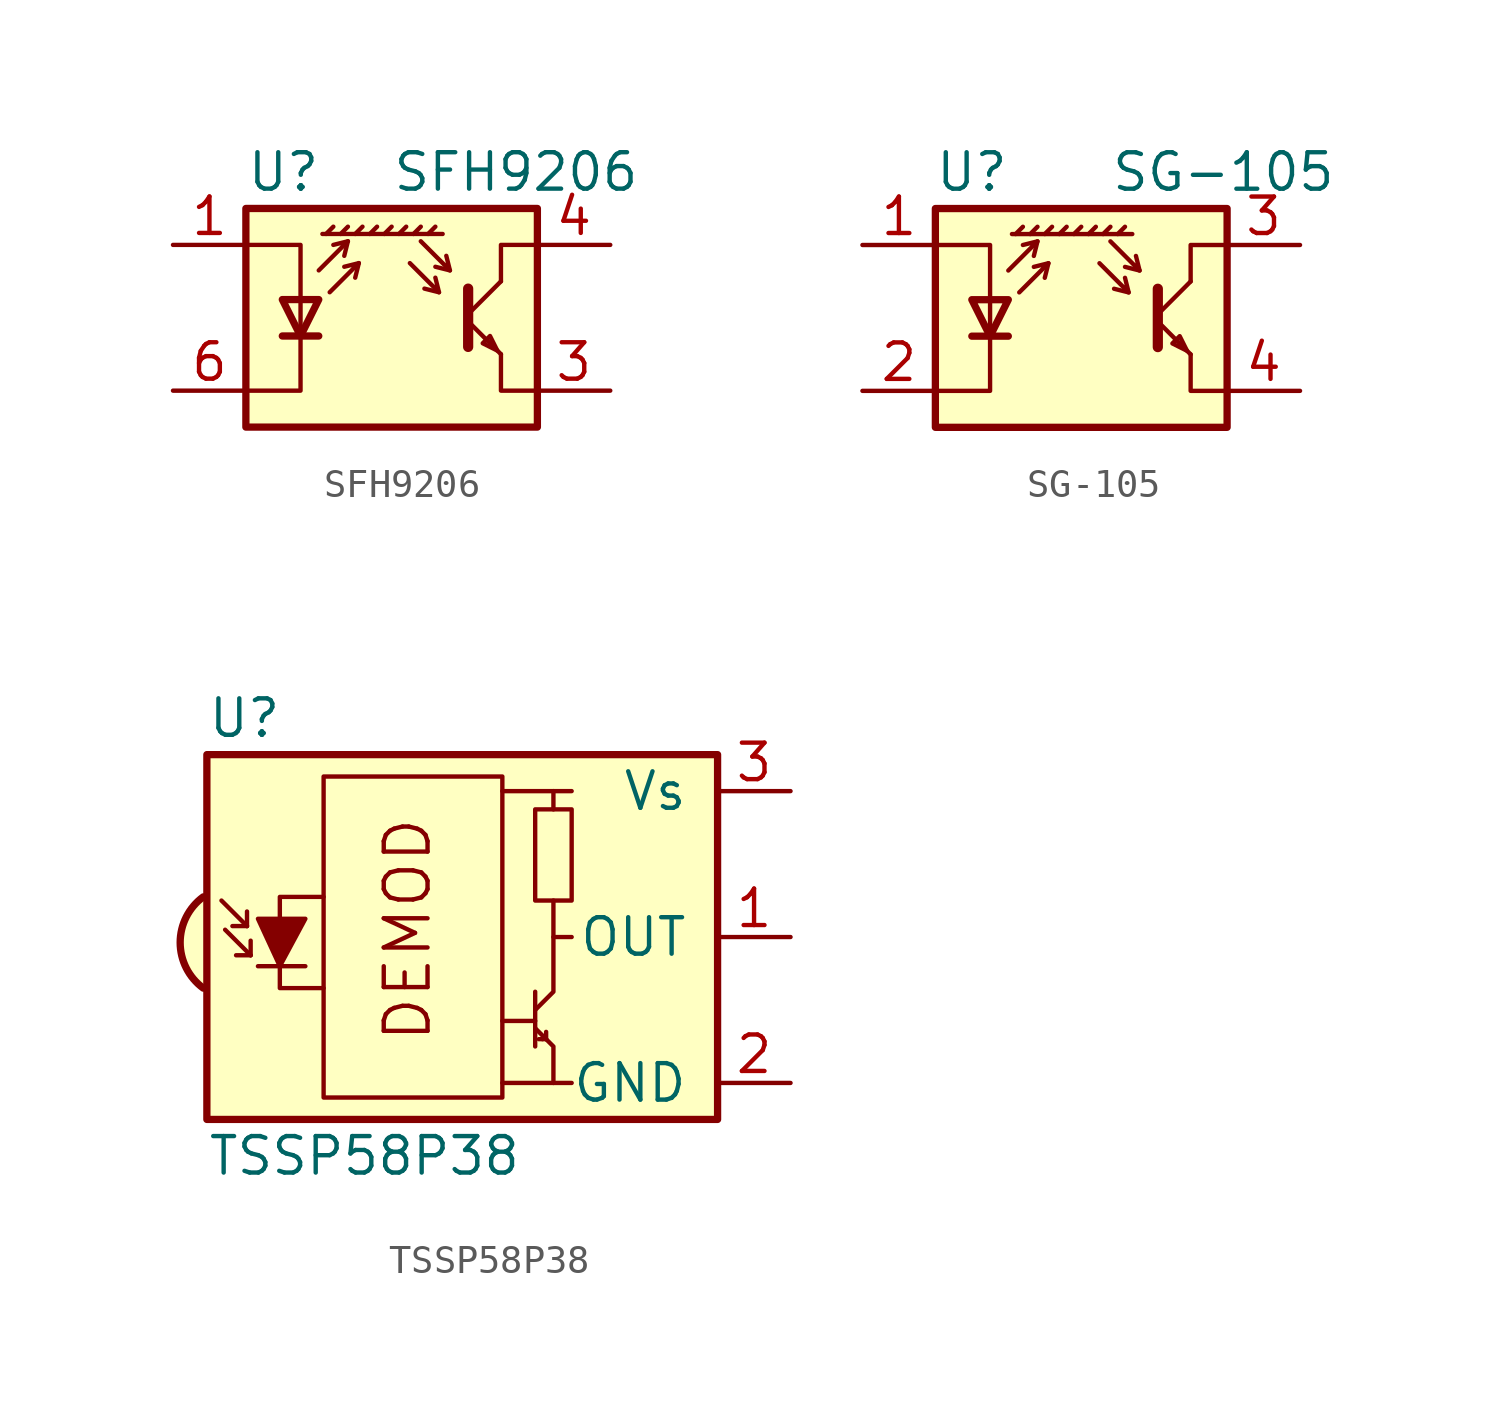
<source format=kicad_sym>
(kicad_symbol_lib
  (version 20211014)
  (generator kicad_symbol_editor)
  (symbol "SFH9206"
    (pin_names
      (offset 0.025) hide)
    (property "Reference" "U"
      (at -5.08 5.08 0)
      (effects (font (size 1.27 1.27)) (justify left)))
    (property "Value" "SFH9206"
      (at 0 5.08 0)
      (effects (font (size 1.27 1.27)) (justify left)))
    (symbol "SFH9206_0_1"
      (polyline (pts (xy -3.81 -0.635) (xy -2.54 -0.635)) (stroke (width 0.254) (type default) (color 0 0 0 0)) (fill (type none)))
      (polyline (pts (xy -2.286 2.921) (xy -2.032 3.175)) (stroke (width 0) (type default) (color 0 0 0 0)) (fill (type none)))
      (polyline (pts (xy -1.778 2.921) (xy -1.524 3.175)) (stroke (width 0) (type default) (color 0 0 0 0)) (fill (type none)))
      (polyline (pts (xy -1.524 2.667) (xy -1.651 2.159)) (stroke (width 0) (type default) (color 0 0 0 0)) (fill (type none)))
      (polyline (pts (xy -1.27 2.921) (xy -1.016 3.175)) (stroke (width 0) (type default) (color 0 0 0 0)) (fill (type none)))
      (polyline (pts (xy -1.143 1.905) (xy -1.27 1.397)) (stroke (width 0) (type default) (color 0 0 0 0)) (fill (type none)))
      (polyline (pts (xy -0.762 2.921) (xy -0.508 3.175)) (stroke (width 0) (type default) (color 0 0 0 0)) (fill (type none)))
      (polyline (pts (xy -0.254 2.921) (xy 0 3.175)) (stroke (width 0) (type default) (color 0 0 0 0)) (fill (type none)))
      (polyline (pts (xy 0.254 2.921) (xy 0.508 3.175)) (stroke (width 0) (type default) (color 0 0 0 0)) (fill (type none)))
      (polyline (pts (xy 0.762 2.921) (xy 1.016 3.175)) (stroke (width 0) (type default) (color 0 0 0 0)) (fill (type none)))
      (polyline (pts (xy 1.27 2.921) (xy 1.524 3.175)) (stroke (width 0) (type default) (color 0 0 0 0)) (fill (type none)))
      (polyline (pts (xy 1.651 0.889) (xy 1.143 1.016)) (stroke (width 0) (type default) (color 0 0 0 0)) (fill (type none)))
      (polyline (pts (xy 1.778 2.921) (xy -2.413 2.921)) (stroke (width 0) (type default) (color 0 0 0 0)) (fill (type none)))
      (polyline (pts (xy 2.032 1.651) (xy 1.524 1.778)) (stroke (width 0) (type default) (color 0 0 0 0)) (fill (type none)))
      (polyline (pts (xy 2.667 -0.127) (xy 3.81 -1.27)) (stroke (width 0) (type default) (color 0 0 0 0)) (fill (type none)))
      (polyline (pts (xy 2.667 0.127) (xy 3.81 1.27)) (stroke (width 0) (type default) (color 0 0 0 0)) (fill (type none)))
      (polyline (pts (xy -2.54 1.651) (xy -1.524 2.667) (xy -2.032 2.54)) (stroke (width 0) (type default) (color 0 0 0 0)) (fill (type none)))
      (polyline (pts (xy -2.159 0.889) (xy -1.143 1.905) (xy -1.651 1.778)) (stroke (width 0) (type default) (color 0 0 0 0)) (fill (type none)))
      (polyline (pts (xy 0.635 1.905) (xy 1.651 0.889) (xy 1.524 1.397)) (stroke (width 0) (type default) (color 0 0 0 0)) (fill (type none)))
      (polyline (pts (xy 1.016 2.667) (xy 2.032 1.651) (xy 1.905 2.159)) (stroke (width 0) (type default) (color 0 0 0 0)) (fill (type none)))
      (polyline (pts (xy 2.667 1.016) (xy 2.667 -1.016) (xy 2.667 -1.016)) (stroke (width 0.356) (type default) (color 0 0 0 0)) (fill (type none)))
      (polyline (pts (xy 3.81 -1.27) (xy 3.81 -2.54) (xy 5.08 -2.54)) (stroke (width 0) (type default) (color 0 0 0 0)) (fill (type none)))
      (polyline (pts (xy 3.81 1.27) (xy 3.81 2.54) (xy 5.08 2.54)) (stroke (width 0) (type default) (color 0 0 0 0)) (fill (type none)))
      (polyline (pts (xy -5.08 -2.54) (xy -3.175 -2.54) (xy -3.175 2.54) (xy -5.08 2.54)) (stroke (width 0) (type default) (color 0 0 0 0)) (fill (type none)))
      (polyline (pts (xy -3.175 -0.635) (xy -3.81 0.635) (xy -2.54 0.635) (xy -3.175 -0.635)) (stroke (width 0.254) (type default) (color 0 0 0 0)) (fill (type none)))
      (polyline (pts (xy 3.683 -1.143) (xy 3.429 -0.635) (xy 3.175 -0.889) (xy 3.683 -1.143)) (stroke (width 0) (type default) (color 0 0 0 0)) (fill (type none)))
      (polyline (pts (xy -5.08 -3.81) (xy 5.08 -3.81) (xy 5.08 3.81) (xy -5.08 3.81) (xy -5.08 -3.81)) (stroke (width 0.254) (type default) (color 0 0 0 0)) (fill (type background))))
    (symbol "SFH9206_1_1"
      (pin passive line (at -7.62 2.54 0) (length 2.54) (name "A" (effects (font (size 1.27 1.27)))) (number "1" (effects (font (size 1.27 1.27)))))
      (pin no_connect line (at -5.08 0 0) (length 2.54) hide (name "NC" (effects (font (size 1.27 1.27)))) (number "2" (effects (font (size 1.27 1.27)))))
      (pin open_emitter line (at 7.62 -2.54 180) (length 2.54) (name "E" (effects (font (size 1.27 1.27)))) (number "3" (effects (font (size 1.27 1.27)))))
      (pin open_collector line (at 7.62 2.54 180) (length 2.54) (name "C" (effects (font (size 1.27 1.27)))) (number "4" (effects (font (size 1.27 1.27)))))
      (pin no_connect line (at 5.08 0 180) (length 2.54) hide (name "NC" (effects (font (size 1.27 1.27)))) (number "5" (effects (font (size 1.27 1.27)))))
      (pin passive line (at -7.62 -2.54 0) (length 2.54) (name "K" (effects (font (size 1.27 1.27)))) (number "6" (effects (font (size 1.27 1.27)))))))
  (symbol "SG-105"
    (pin_names
      (offset 1.016) hide)
    (property "Reference" "U"
      (at -3.81 5.08 0)
      (effects (font (size 1.27 1.27))))
    (property "Value" "SG-105"
      (at 8.89 5.08 0)
      (effects (font (size 1.27 1.27)) (justify right)))
    (symbol "SG-105_0_1"
      (polyline (pts (xy -3.81 -0.635) (xy -2.54 -0.635)) (stroke (width 0.254) (type default) (color 0 0 0 0)) (fill (type none)))
      (polyline (pts (xy -2.286 2.921) (xy -2.032 3.175)) (stroke (width 0) (type default) (color 0 0 0 0)) (fill (type none)))
      (polyline (pts (xy -1.778 2.921) (xy -1.524 3.175)) (stroke (width 0) (type default) (color 0 0 0 0)) (fill (type none)))
      (polyline (pts (xy -1.524 2.667) (xy -1.651 2.159)) (stroke (width 0) (type default) (color 0 0 0 0)) (fill (type none)))
      (polyline (pts (xy -1.27 2.921) (xy -1.016 3.175)) (stroke (width 0) (type default) (color 0 0 0 0)) (fill (type none)))
      (polyline (pts (xy -1.143 1.905) (xy -1.27 1.397)) (stroke (width 0) (type default) (color 0 0 0 0)) (fill (type none)))
      (polyline (pts (xy -0.762 2.921) (xy -0.508 3.175)) (stroke (width 0) (type default) (color 0 0 0 0)) (fill (type none)))
      (polyline (pts (xy -0.254 2.921) (xy 0 3.175)) (stroke (width 0) (type default) (color 0 0 0 0)) (fill (type none)))
      (polyline (pts (xy 0.254 2.921) (xy 0.508 3.175)) (stroke (width 0) (type default) (color 0 0 0 0)) (fill (type none)))
      (polyline (pts (xy 0.762 2.921) (xy 1.016 3.175)) (stroke (width 0) (type default) (color 0 0 0 0)) (fill (type none)))
      (polyline (pts (xy 1.27 2.921) (xy 1.524 3.175)) (stroke (width 0) (type default) (color 0 0 0 0)) (fill (type none)))
      (polyline (pts (xy 1.651 0.889) (xy 1.143 1.016)) (stroke (width 0) (type default) (color 0 0 0 0)) (fill (type none)))
      (polyline (pts (xy 1.778 2.921) (xy -2.413 2.921)) (stroke (width 0) (type default) (color 0 0 0 0)) (fill (type none)))
      (polyline (pts (xy 2.032 1.651) (xy 1.524 1.778)) (stroke (width 0) (type default) (color 0 0 0 0)) (fill (type none)))
      (polyline (pts (xy 2.667 -0.127) (xy 3.81 -1.27)) (stroke (width 0) (type default) (color 0 0 0 0)) (fill (type none)))
      (polyline (pts (xy 2.667 0.127) (xy 3.81 1.27)) (stroke (width 0) (type default) (color 0 0 0 0)) (fill (type none)))
      (polyline (pts (xy -2.54 1.651) (xy -1.524 2.667) (xy -2.032 2.54)) (stroke (width 0) (type default) (color 0 0 0 0)) (fill (type none)))
      (polyline (pts (xy -2.159 0.889) (xy -1.143 1.905) (xy -1.651 1.778)) (stroke (width 0) (type default) (color 0 0 0 0)) (fill (type none)))
      (polyline (pts (xy 0.635 1.905) (xy 1.651 0.889) (xy 1.524 1.397)) (stroke (width 0) (type default) (color 0 0 0 0)) (fill (type none)))
      (polyline (pts (xy 1.016 2.667) (xy 2.032 1.651) (xy 1.905 2.159)) (stroke (width 0) (type default) (color 0 0 0 0)) (fill (type none)))
      (polyline (pts (xy 2.667 1.016) (xy 2.667 -1.016) (xy 2.667 -1.016)) (stroke (width 0.356) (type default) (color 0 0 0 0)) (fill (type none)))
      (polyline (pts (xy 3.81 -1.27) (xy 3.81 -2.54) (xy 5.08 -2.54)) (stroke (width 0) (type default) (color 0 0 0 0)) (fill (type none)))
      (polyline (pts (xy 3.81 1.27) (xy 3.81 2.54) (xy 5.08 2.54)) (stroke (width 0) (type default) (color 0 0 0 0)) (fill (type none)))
      (polyline (pts (xy -5.08 -2.54) (xy -3.175 -2.54) (xy -3.175 2.54) (xy -5.08 2.54)) (stroke (width 0) (type default) (color 0 0 0 0)) (fill (type none)))
      (polyline (pts (xy -3.175 -0.635) (xy -3.81 0.635) (xy -2.54 0.635) (xy -3.175 -0.635)) (stroke (width 0.254) (type default) (color 0 0 0 0)) (fill (type none)))
      (polyline (pts (xy 3.683 -1.143) (xy 3.429 -0.635) (xy 3.175 -0.889) (xy 3.683 -1.143)) (stroke (width 0) (type default) (color 0 0 0 0)) (fill (type none)))
      (polyline (pts (xy -5.08 -3.81) (xy 5.08 -3.81) (xy 5.08 3.81) (xy -5.08 3.81) (xy -5.08 -3.81)) (stroke (width 0.254) (type default) (color 0 0 0 0)) (fill (type background))))
    (symbol "SG-105_1_1"
      (pin passive line (at -7.62 2.54 0) (length 2.54) (name "A" (effects (font (size 1.27 1.27)))) (number "1" (effects (font (size 1.27 1.27)))))
      (pin passive line (at -7.62 -2.54 0) (length 2.54) (name "K" (effects (font (size 1.27 1.27)))) (number "2" (effects (font (size 1.27 1.27)))))
      (pin open_collector line (at 7.62 2.54 180) (length 2.54) (name "C" (effects (font (size 1.27 1.27)))) (number "3" (effects (font (size 1.27 1.27)))))
      (pin open_emitter line (at 7.62 -2.54 180) (length 2.54) (name "E" (effects (font (size 1.27 1.27)))) (number "4" (effects (font (size 1.27 1.27)))))))
  (symbol "TSSP58P38"
    (pin_names
      (offset 1.016))
    (property "Reference" "U"
      (at -10.16 7.62 0)
      (effects (font (size 1.27 1.27)) (justify left)))
    (property "Value" "TSSP58P38"
      (at -10.16 -7.62 0)
      (effects (font (size 1.27 1.27)) (justify left)))
    (symbol "TSSP58P38_0_0"
      (arc (start -10.287 1.397) (mid -11.0899 -0.1852) (end -10.287 -1.778) (stroke (width 0.254) (type default) (color 0 0 0 0)) (fill (type background)))
      (polyline (pts (xy 1.905 -5.08) (xy 0.127 -5.08)) (stroke (width 0) (type default) (color 0 0 0 0)) (fill (type none)))
      (polyline (pts (xy 1.905 5.08) (xy 0.127 5.08)) (stroke (width 0) (type default) (color 0 0 0 0)) (fill (type none)))
      (text "DEMOD" (at -3.175 0.254 900) (effects (font (size 1.524 1.524)))))
    (symbol "TSSP58P38_0_1"
      (rectangle (start -6.096 5.588) (end 0.127 -5.588) (stroke (width 0) (type default) (color 0 0 0 0)) (fill (type none)))
      (polyline (pts (xy -8.763 0.381) (xy -9.652 1.27)) (stroke (width 0) (type default) (color 0 0 0 0)) (fill (type none)))
      (polyline (pts (xy -8.763 0.381) (xy -9.271 0.381)) (stroke (width 0) (type default) (color 0 0 0 0)) (fill (type none)))
      (polyline (pts (xy -8.763 0.381) (xy -8.763 0.889)) (stroke (width 0) (type default) (color 0 0 0 0)) (fill (type none)))
      (polyline (pts (xy -8.636 -0.635) (xy -9.525 0.254)) (stroke (width 0) (type default) (color 0 0 0 0)) (fill (type none)))
      (polyline (pts (xy -8.636 -0.635) (xy -9.144 -0.635)) (stroke (width 0) (type default) (color 0 0 0 0)) (fill (type none)))
      (polyline (pts (xy -8.636 -0.635) (xy -8.636 -0.127)) (stroke (width 0) (type default) (color 0 0 0 0)) (fill (type none)))
      (polyline (pts (xy -8.382 -1.016) (xy -6.731 -1.016)) (stroke (width 0) (type default) (color 0 0 0 0)) (fill (type none)))
      (polyline (pts (xy 1.27 -2.921) (xy 0.127 -2.921)) (stroke (width 0) (type default) (color 0 0 0 0)) (fill (type none)))
      (polyline (pts (xy 1.27 -1.905) (xy 1.27 -3.81)) (stroke (width 0) (type default) (color 0 0 0 0)) (fill (type none)))
      (polyline (pts (xy 1.397 -3.556) (xy 1.524 -3.556)) (stroke (width 0) (type default) (color 0 0 0 0)) (fill (type none)))
      (polyline (pts (xy 1.651 -3.556) (xy 1.524 -3.556)) (stroke (width 0) (type default) (color 0 0 0 0)) (fill (type none)))
      (polyline (pts (xy 1.651 -3.556) (xy 1.651 -3.302)) (stroke (width 0) (type default) (color 0 0 0 0)) (fill (type none)))
      (polyline (pts (xy 1.905 0) (xy 1.905 1.27)) (stroke (width 0) (type default) (color 0 0 0 0)) (fill (type none)))
      (polyline (pts (xy 1.905 4.445) (xy 1.905 5.08) (xy 2.54 5.08)) (stroke (width 0) (type default) (color 0 0 0 0)) (fill (type none)))
      (polyline (pts (xy -8.382 0.635) (xy -6.731 0.635) (xy -7.62 -1.016) (xy -8.382 0.635)) (stroke (width 0) (type default) (color 0 0 0 0)) (fill (type outline)))
      (polyline (pts (xy -6.096 1.397) (xy -7.62 1.397) (xy -7.62 -1.778) (xy -6.096 -1.778)) (stroke (width 0) (type default) (color 0 0 0 0)) (fill (type none)))
      (polyline (pts (xy 1.27 -3.175) (xy 1.905 -3.81) (xy 1.905 -5.08) (xy 2.54 -5.08)) (stroke (width 0) (type default) (color 0 0 0 0)) (fill (type none)))
      (polyline (pts (xy 1.27 -2.54) (xy 1.905 -1.905) (xy 1.905 0) (xy 2.54 0)) (stroke (width 0) (type default) (color 0 0 0 0)) (fill (type none)))
      (rectangle (start 2.54 1.27) (end 1.27 4.445) (stroke (width 0) (type default) (color 0 0 0 0)) (fill (type none)))
      (rectangle (start 7.62 6.35) (end -10.16 -6.35) (stroke (width 0.254) (type default) (color 0 0 0 0)) (fill (type background))))
    (symbol "TSSP58P38_1_1"
      (pin output line (at 10.16 0 180) (length 2.54) (name "OUT" (effects (font (size 1.27 1.27)))) (number "1" (effects (font (size 1.27 1.27)))))
      (pin power_in line (at 10.16 -5.08 180) (length 2.54) (name "GND" (effects (font (size 1.27 1.27)))) (number "2" (effects (font (size 1.27 1.27)))))
      (pin power_in line (at 10.16 5.08 180) (length 2.54) (name "Vs" (effects (font (size 1.27 1.27)))) (number "3" (effects (font (size 1.27 1.27))))))))
</source>
